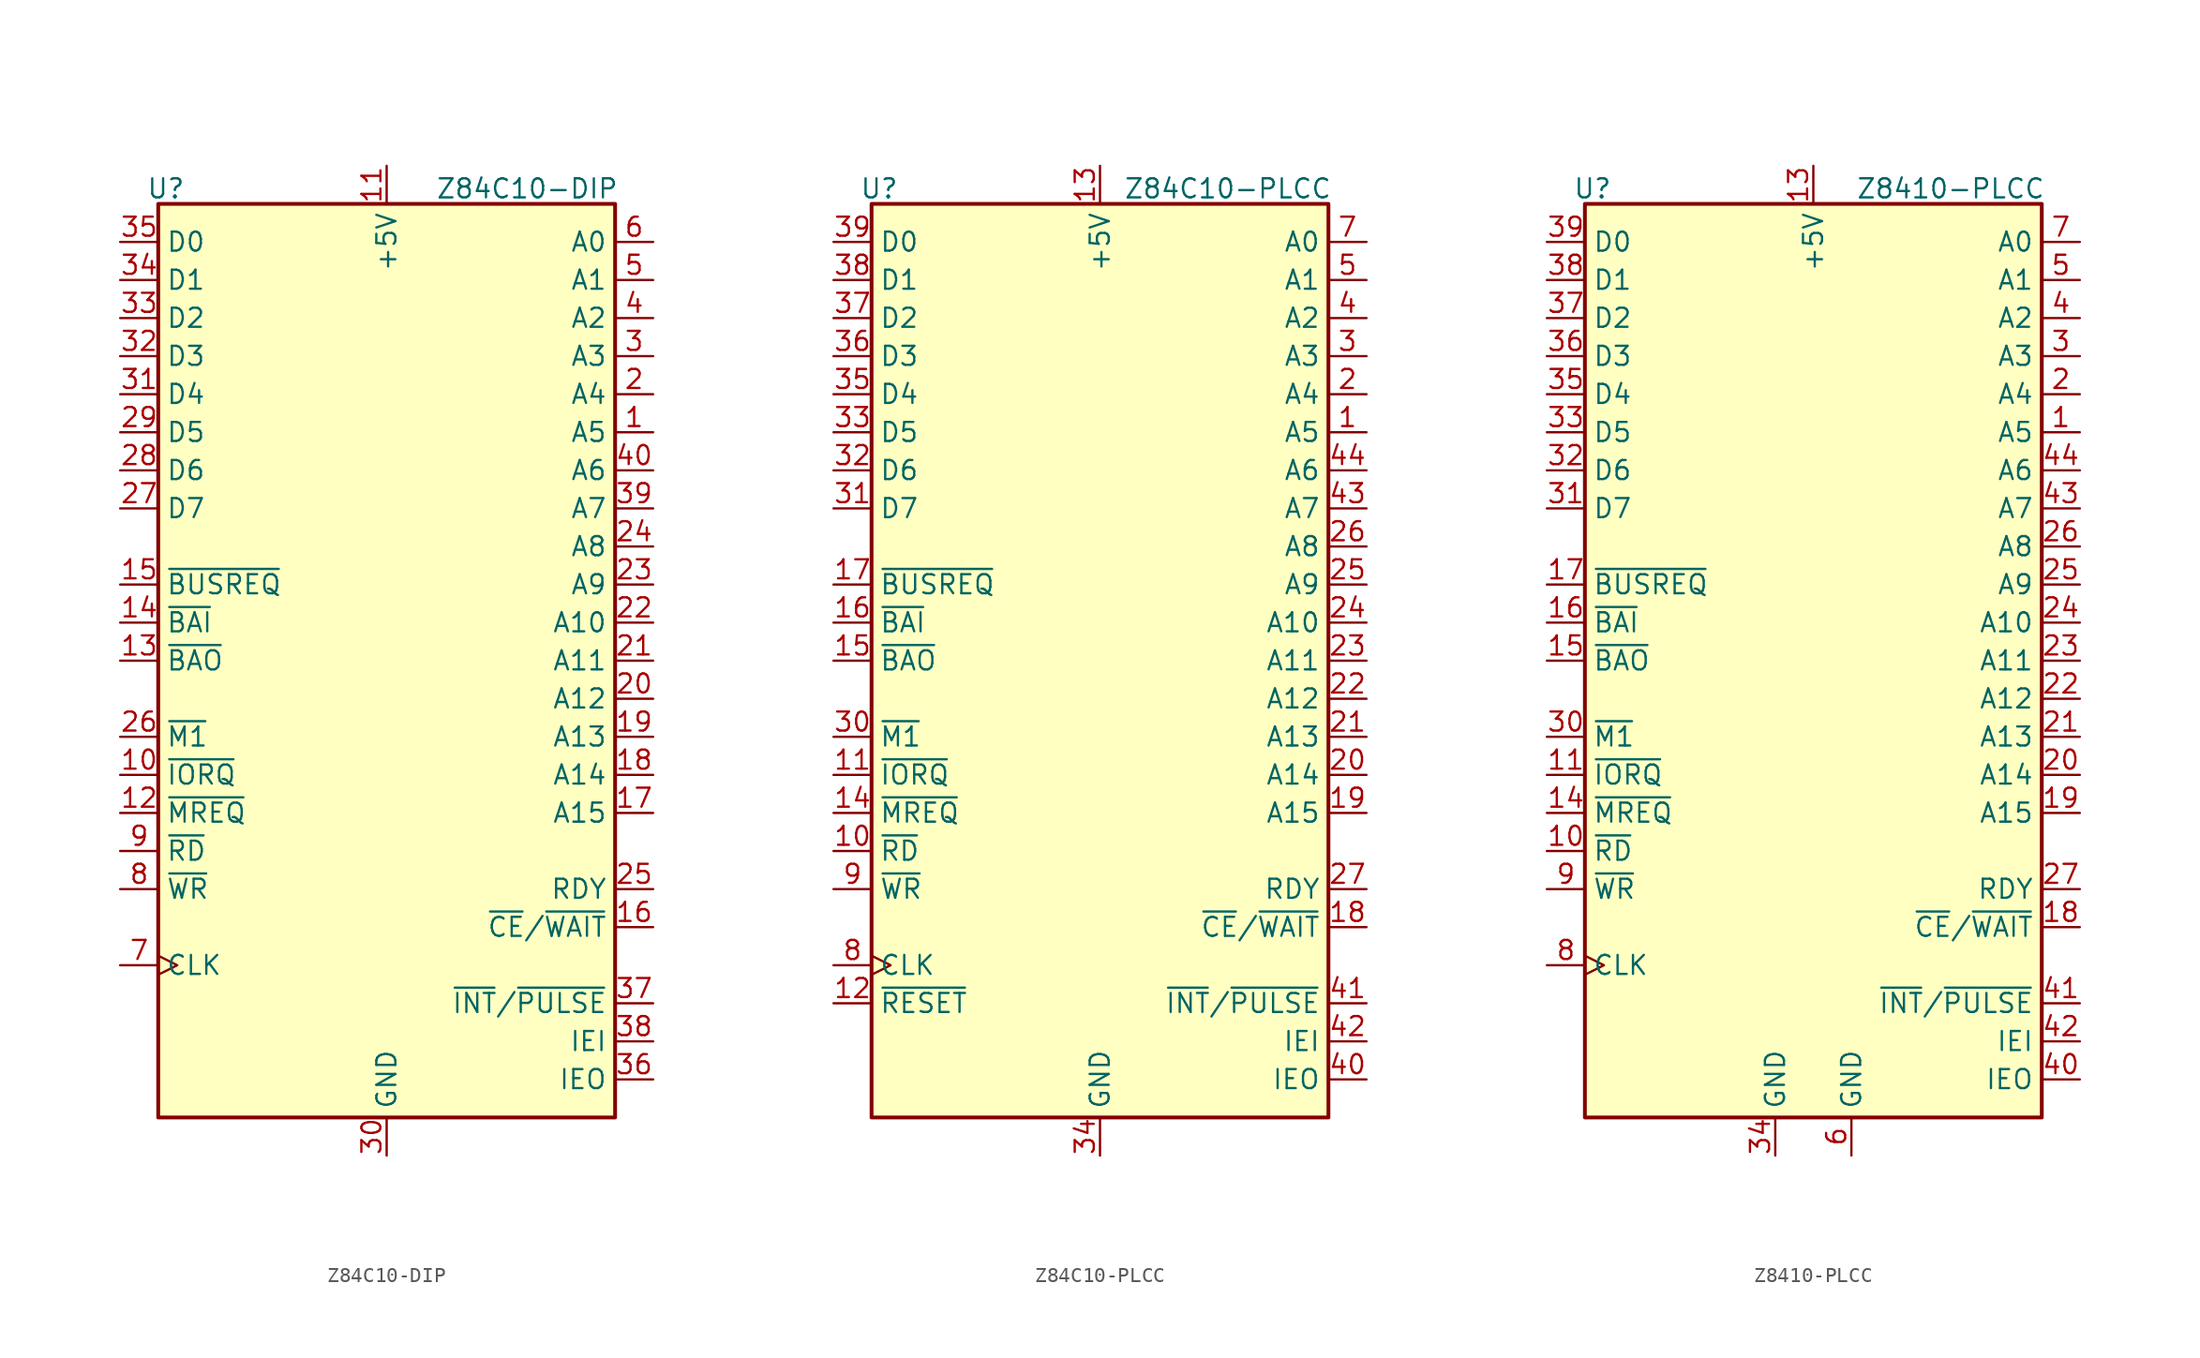
<source format=kicad_sym>
(kicad_symbol_lib
  (version 20231120)
  (generator "kicad_symbol_editor")
  (generator_version "8.0")
  (symbol "Z84C10-DIP"
    (property "Reference" "U"
      (at -14.732 31.496 0)
      (effects (font (size 1.27 1.27))))
    (property "Value" "Z84C10-DIP"
      (at 15.494 31.496 0)
      (effects (font (size 1.27 1.27)) (justify right)))
    (symbol "Z84C10-DIP_1_1"
      (rectangle (start -15.24 30.48) (end 15.24 -30.48) (stroke (width 0.254) (type default)) (fill (type background)))
      (pin output line (at 17.78 15.24 180) (length 2.54) (name "A5" (effects (font (size 1.27 1.27)))) (number "1" (effects (font (size 1.27 1.27)))))
      (pin bidirectional line (at -17.78 -7.62 0) (length 2.54) (name "~{IORQ}" (effects (font (size 1.27 1.27)))) (number "10" (effects (font (size 1.27 1.27)))))
      (pin power_in line (at 0 33.02 270) (length 2.54) (name "+5V" (effects (font (size 1.27 1.27)))) (number "11" (effects (font (size 1.27 1.27)))))
      (pin output line (at -17.78 -10.16 0) (length 2.54) (name "~{MREQ}" (effects (font (size 1.27 1.27)))) (number "12" (effects (font (size 1.27 1.27)))))
      (pin output line (at -17.78 0 0) (length 2.54) (name "~{BAO}" (effects (font (size 1.27 1.27)))) (number "13" (effects (font (size 1.27 1.27)))))
      (pin input line (at -17.78 2.54 0) (length 2.54) (name "~{BAI}" (effects (font (size 1.27 1.27)))) (number "14" (effects (font (size 1.27 1.27)))))
      (pin bidirectional line (at -17.78 5.08 0) (length 2.54) (name "~{BUSREQ}" (effects (font (size 1.27 1.27)))) (number "15" (effects (font (size 1.27 1.27)))))
      (pin input line (at 17.78 -17.78 180) (length 2.54) (name "~{CE}/~{WAIT}" (effects (font (size 1.27 1.27)))) (number "16" (effects (font (size 1.27 1.27)))))
      (pin output line (at 17.78 -10.16 180) (length 2.54) (name "A15" (effects (font (size 1.27 1.27)))) (number "17" (effects (font (size 1.27 1.27)))))
      (pin output line (at 17.78 -7.62 180) (length 2.54) (name "A14" (effects (font (size 1.27 1.27)))) (number "18" (effects (font (size 1.27 1.27)))))
      (pin output line (at 17.78 -5.08 180) (length 2.54) (name "A13" (effects (font (size 1.27 1.27)))) (number "19" (effects (font (size 1.27 1.27)))))
      (pin output line (at 17.78 17.78 180) (length 2.54) (name "A4" (effects (font (size 1.27 1.27)))) (number "2" (effects (font (size 1.27 1.27)))))
      (pin output line (at 17.78 -2.54 180) (length 2.54) (name "A12" (effects (font (size 1.27 1.27)))) (number "20" (effects (font (size 1.27 1.27)))))
      (pin output line (at 17.78 0 180) (length 2.54) (name "A11" (effects (font (size 1.27 1.27)))) (number "21" (effects (font (size 1.27 1.27)))))
      (pin output line (at 17.78 2.54 180) (length 2.54) (name "A10" (effects (font (size 1.27 1.27)))) (number "22" (effects (font (size 1.27 1.27)))))
      (pin output line (at 17.78 5.08 180) (length 2.54) (name "A9" (effects (font (size 1.27 1.27)))) (number "23" (effects (font (size 1.27 1.27)))))
      (pin output line (at 17.78 7.62 180) (length 2.54) (name "A8" (effects (font (size 1.27 1.27)))) (number "24" (effects (font (size 1.27 1.27)))))
      (pin input line (at 17.78 -15.24 180) (length 2.54) (name "RDY" (effects (font (size 1.27 1.27)))) (number "25" (effects (font (size 1.27 1.27)))))
      (pin input line (at -17.78 -5.08 0) (length 2.54) (name "~{M1}" (effects (font (size 1.27 1.27)))) (number "26" (effects (font (size 1.27 1.27)))))
      (pin bidirectional line (at -17.78 10.16 0) (length 2.54) (name "D7" (effects (font (size 1.27 1.27)))) (number "27" (effects (font (size 1.27 1.27)))))
      (pin bidirectional line (at -17.78 12.7 0) (length 2.54) (name "D6" (effects (font (size 1.27 1.27)))) (number "28" (effects (font (size 1.27 1.27)))))
      (pin bidirectional line (at -17.78 15.24 0) (length 2.54) (name "D5" (effects (font (size 1.27 1.27)))) (number "29" (effects (font (size 1.27 1.27)))))
      (pin output line (at 17.78 20.32 180) (length 2.54) (name "A3" (effects (font (size 1.27 1.27)))) (number "3" (effects (font (size 1.27 1.27)))))
      (pin power_in line (at 0 -33.02 90) (length 2.54) (name "GND" (effects (font (size 1.27 1.27)))) (number "30" (effects (font (size 1.27 1.27)))))
      (pin bidirectional line (at -17.78 17.78 0) (length 2.54) (name "D4" (effects (font (size 1.27 1.27)))) (number "31" (effects (font (size 1.27 1.27)))))
      (pin bidirectional line (at -17.78 20.32 0) (length 2.54) (name "D3" (effects (font (size 1.27 1.27)))) (number "32" (effects (font (size 1.27 1.27)))))
      (pin bidirectional line (at -17.78 22.86 0) (length 2.54) (name "D2" (effects (font (size 1.27 1.27)))) (number "33" (effects (font (size 1.27 1.27)))))
      (pin bidirectional line (at -17.78 25.4 0) (length 2.54) (name "D1" (effects (font (size 1.27 1.27)))) (number "34" (effects (font (size 1.27 1.27)))))
      (pin bidirectional line (at -17.78 27.94 0) (length 2.54) (name "D0" (effects (font (size 1.27 1.27)))) (number "35" (effects (font (size 1.27 1.27)))))
      (pin output line (at 17.78 -27.94 180) (length 2.54) (name "IEO" (effects (font (size 1.27 1.27)))) (number "36" (effects (font (size 1.27 1.27)))))
      (pin output line (at 17.78 -22.86 180) (length 2.54) (name "~{INT}/~{PULSE}" (effects (font (size 1.27 1.27)))) (number "37" (effects (font (size 1.27 1.27)))))
      (pin input line (at 17.78 -25.4 180) (length 2.54) (name "IEI" (effects (font (size 1.27 1.27)))) (number "38" (effects (font (size 1.27 1.27)))))
      (pin output line (at 17.78 10.16 180) (length 2.54) (name "A7" (effects (font (size 1.27 1.27)))) (number "39" (effects (font (size 1.27 1.27)))))
      (pin output line (at 17.78 22.86 180) (length 2.54) (name "A2" (effects (font (size 1.27 1.27)))) (number "4" (effects (font (size 1.27 1.27)))))
      (pin output line (at 17.78 12.7 180) (length 2.54) (name "A6" (effects (font (size 1.27 1.27)))) (number "40" (effects (font (size 1.27 1.27)))))
      (pin output line (at 17.78 25.4 180) (length 2.54) (name "A1" (effects (font (size 1.27 1.27)))) (number "5" (effects (font (size 1.27 1.27)))))
      (pin output line (at 17.78 27.94 180) (length 2.54) (name "A0" (effects (font (size 1.27 1.27)))) (number "6" (effects (font (size 1.27 1.27)))))
      (pin input clock (at -17.78 -20.32 0) (length 2.54) (name "CLK" (effects (font (size 1.27 1.27)))) (number "7" (effects (font (size 1.27 1.27)))))
      (pin bidirectional line (at -17.78 -15.24 0) (length 2.54) (name "~{WR}" (effects (font (size 1.27 1.27)))) (number "8" (effects (font (size 1.27 1.27)))))
      (pin bidirectional line (at -17.78 -12.7 0) (length 2.54) (name "~{RD}" (effects (font (size 1.27 1.27)))) (number "9" (effects (font (size 1.27 1.27)))))))
  (symbol "Z84C10-PLCC"
    (property "Reference" "U"
      (at -14.732 31.496 0)
      (effects (font (size 1.27 1.27))))
    (property "Value" "Z84C10-PLCC"
      (at 15.494 31.496 0)
      (effects (font (size 1.27 1.27)) (justify right)))
    (symbol "Z84C10-PLCC_1_1"
      (rectangle (start -15.24 30.48) (end 15.24 -30.48) (stroke (width 0.254) (type default)) (fill (type background)))
      (pin output line (at 17.78 15.24 180) (length 2.54) (name "A5" (effects (font (size 1.27 1.27)))) (number "1" (effects (font (size 1.27 1.27)))))
      (pin bidirectional line (at -17.78 -12.7 0) (length 2.54) (name "~{RD}" (effects (font (size 1.27 1.27)))) (number "10" (effects (font (size 1.27 1.27)))))
      (pin bidirectional line (at -17.78 -7.62 0) (length 2.54) (name "~{IORQ}" (effects (font (size 1.27 1.27)))) (number "11" (effects (font (size 1.27 1.27)))))
      (pin input line (at -17.78 -22.86 0) (length 2.54) (name "~{RESET}" (effects (font (size 1.27 1.27)))) (number "12" (effects (font (size 1.27 1.27)))))
      (pin power_in line (at 0 33.02 270) (length 2.54) (name "+5V" (effects (font (size 1.27 1.27)))) (number "13" (effects (font (size 1.27 1.27)))))
      (pin output line (at -17.78 -10.16 0) (length 2.54) (name "~{MREQ}" (effects (font (size 1.27 1.27)))) (number "14" (effects (font (size 1.27 1.27)))))
      (pin output line (at -17.78 0 0) (length 2.54) (name "~{BAO}" (effects (font (size 1.27 1.27)))) (number "15" (effects (font (size 1.27 1.27)))))
      (pin input line (at -17.78 2.54 0) (length 2.54) (name "~{BAI}" (effects (font (size 1.27 1.27)))) (number "16" (effects (font (size 1.27 1.27)))))
      (pin bidirectional line (at -17.78 5.08 0) (length 2.54) (name "~{BUSREQ}" (effects (font (size 1.27 1.27)))) (number "17" (effects (font (size 1.27 1.27)))))
      (pin input line (at 17.78 -17.78 180) (length 2.54) (name "~{CE}/~{WAIT}" (effects (font (size 1.27 1.27)))) (number "18" (effects (font (size 1.27 1.27)))))
      (pin output line (at 17.78 -10.16 180) (length 2.54) (name "A15" (effects (font (size 1.27 1.27)))) (number "19" (effects (font (size 1.27 1.27)))))
      (pin output line (at 17.78 17.78 180) (length 2.54) (name "A4" (effects (font (size 1.27 1.27)))) (number "2" (effects (font (size 1.27 1.27)))))
      (pin output line (at 17.78 -7.62 180) (length 2.54) (name "A14" (effects (font (size 1.27 1.27)))) (number "20" (effects (font (size 1.27 1.27)))))
      (pin output line (at 17.78 -5.08 180) (length 2.54) (name "A13" (effects (font (size 1.27 1.27)))) (number "21" (effects (font (size 1.27 1.27)))))
      (pin output line (at 17.78 -2.54 180) (length 2.54) (name "A12" (effects (font (size 1.27 1.27)))) (number "22" (effects (font (size 1.27 1.27)))))
      (pin output line (at 17.78 0 180) (length 2.54) (name "A11" (effects (font (size 1.27 1.27)))) (number "23" (effects (font (size 1.27 1.27)))))
      (pin output line (at 17.78 2.54 180) (length 2.54) (name "A10" (effects (font (size 1.27 1.27)))) (number "24" (effects (font (size 1.27 1.27)))))
      (pin output line (at 17.78 5.08 180) (length 2.54) (name "A9" (effects (font (size 1.27 1.27)))) (number "25" (effects (font (size 1.27 1.27)))))
      (pin output line (at 17.78 7.62 180) (length 2.54) (name "A8" (effects (font (size 1.27 1.27)))) (number "26" (effects (font (size 1.27 1.27)))))
      (pin input line (at 17.78 -15.24 180) (length 2.54) (name "RDY" (effects (font (size 1.27 1.27)))) (number "27" (effects (font (size 1.27 1.27)))))
      (pin no_connect line (at -10.16 -33.02 90) (length 2.54) hide (name "NC" (effects (font (size 1.27 1.27)))) (number "28" (effects (font (size 1.27 1.27)))))
      (pin no_connect line (at -12.7 -33.02 90) (length 2.54) hide (name "NC" (effects (font (size 1.27 1.27)))) (number "29" (effects (font (size 1.27 1.27)))))
      (pin output line (at 17.78 20.32 180) (length 2.54) (name "A3" (effects (font (size 1.27 1.27)))) (number "3" (effects (font (size 1.27 1.27)))))
      (pin input line (at -17.78 -5.08 0) (length 2.54) (name "~{M1}" (effects (font (size 1.27 1.27)))) (number "30" (effects (font (size 1.27 1.27)))))
      (pin bidirectional line (at -17.78 10.16 0) (length 2.54) (name "D7" (effects (font (size 1.27 1.27)))) (number "31" (effects (font (size 1.27 1.27)))))
      (pin bidirectional line (at -17.78 12.7 0) (length 2.54) (name "D6" (effects (font (size 1.27 1.27)))) (number "32" (effects (font (size 1.27 1.27)))))
      (pin bidirectional line (at -17.78 15.24 0) (length 2.54) (name "D5" (effects (font (size 1.27 1.27)))) (number "33" (effects (font (size 1.27 1.27)))))
      (pin power_in line (at 0 -33.02 90) (length 2.54) (name "GND" (effects (font (size 1.27 1.27)))) (number "34" (effects (font (size 1.27 1.27)))))
      (pin bidirectional line (at -17.78 17.78 0) (length 2.54) (name "D4" (effects (font (size 1.27 1.27)))) (number "35" (effects (font (size 1.27 1.27)))))
      (pin bidirectional line (at -17.78 20.32 0) (length 2.54) (name "D3" (effects (font (size 1.27 1.27)))) (number "36" (effects (font (size 1.27 1.27)))))
      (pin bidirectional line (at -17.78 22.86 0) (length 2.54) (name "D2" (effects (font (size 1.27 1.27)))) (number "37" (effects (font (size 1.27 1.27)))))
      (pin bidirectional line (at -17.78 25.4 0) (length 2.54) (name "D1" (effects (font (size 1.27 1.27)))) (number "38" (effects (font (size 1.27 1.27)))))
      (pin bidirectional line (at -17.78 27.94 0) (length 2.54) (name "D0" (effects (font (size 1.27 1.27)))) (number "39" (effects (font (size 1.27 1.27)))))
      (pin output line (at 17.78 22.86 180) (length 2.54) (name "A2" (effects (font (size 1.27 1.27)))) (number "4" (effects (font (size 1.27 1.27)))))
      (pin output line (at 17.78 -27.94 180) (length 2.54) (name "IEO" (effects (font (size 1.27 1.27)))) (number "40" (effects (font (size 1.27 1.27)))))
      (pin output line (at 17.78 -22.86 180) (length 2.54) (name "~{INT}/~{PULSE}" (effects (font (size 1.27 1.27)))) (number "41" (effects (font (size 1.27 1.27)))))
      (pin input line (at 17.78 -25.4 180) (length 2.54) (name "IEI" (effects (font (size 1.27 1.27)))) (number "42" (effects (font (size 1.27 1.27)))))
      (pin output line (at 17.78 10.16 180) (length 2.54) (name "A7" (effects (font (size 1.27 1.27)))) (number "43" (effects (font (size 1.27 1.27)))))
      (pin output line (at 17.78 12.7 180) (length 2.54) (name "A6" (effects (font (size 1.27 1.27)))) (number "44" (effects (font (size 1.27 1.27)))))
      (pin output line (at 17.78 25.4 180) (length 2.54) (name "A1" (effects (font (size 1.27 1.27)))) (number "5" (effects (font (size 1.27 1.27)))))
      (pin no_connect line (at -7.62 -33.02 90) (length 2.54) hide (name "NC" (effects (font (size 1.27 1.27)))) (number "6" (effects (font (size 1.27 1.27)))))
      (pin output line (at 17.78 27.94 180) (length 2.54) (name "A0" (effects (font (size 1.27 1.27)))) (number "7" (effects (font (size 1.27 1.27)))))
      (pin input clock (at -17.78 -20.32 0) (length 2.54) (name "CLK" (effects (font (size 1.27 1.27)))) (number "8" (effects (font (size 1.27 1.27)))))
      (pin bidirectional line (at -17.78 -15.24 0) (length 2.54) (name "~{WR}" (effects (font (size 1.27 1.27)))) (number "9" (effects (font (size 1.27 1.27)))))))
  (symbol "Z8410-PLCC"
    (property "Reference" "U"
      (at -14.732 31.496 0)
      (effects (font (size 1.27 1.27))))
    (property "Value" "Z8410-PLCC"
      (at 15.494 31.496 0)
      (effects (font (size 1.27 1.27)) (justify right)))
    (symbol "Z8410-PLCC_1_1"
      (rectangle (start -15.24 30.48) (end 15.24 -30.48) (stroke (width 0.254) (type default)) (fill (type background)))
      (pin output line (at 17.78 15.24 180) (length 2.54) (name "A5" (effects (font (size 1.27 1.27)))) (number "1" (effects (font (size 1.27 1.27)))))
      (pin bidirectional line (at -17.78 -12.7 0) (length 2.54) (name "~{RD}" (effects (font (size 1.27 1.27)))) (number "10" (effects (font (size 1.27 1.27)))))
      (pin bidirectional line (at -17.78 -7.62 0) (length 2.54) (name "~{IORQ}" (effects (font (size 1.27 1.27)))) (number "11" (effects (font (size 1.27 1.27)))))
      (pin no_connect line (at -7.62 -33.02 90) (length 2.54) hide (name "NC" (effects (font (size 1.27 1.27)))) (number "12" (effects (font (size 1.27 1.27)))))
      (pin power_in line (at 0 33.02 270) (length 2.54) (name "+5V" (effects (font (size 1.27 1.27)))) (number "13" (effects (font (size 1.27 1.27)))))
      (pin output line (at -17.78 -10.16 0) (length 2.54) (name "~{MREQ}" (effects (font (size 1.27 1.27)))) (number "14" (effects (font (size 1.27 1.27)))))
      (pin output line (at -17.78 0 0) (length 2.54) (name "~{BAO}" (effects (font (size 1.27 1.27)))) (number "15" (effects (font (size 1.27 1.27)))))
      (pin input line (at -17.78 2.54 0) (length 2.54) (name "~{BAI}" (effects (font (size 1.27 1.27)))) (number "16" (effects (font (size 1.27 1.27)))))
      (pin bidirectional line (at -17.78 5.08 0) (length 2.54) (name "~{BUSREQ}" (effects (font (size 1.27 1.27)))) (number "17" (effects (font (size 1.27 1.27)))))
      (pin input line (at 17.78 -17.78 180) (length 2.54) (name "~{CE}/~{WAIT}" (effects (font (size 1.27 1.27)))) (number "18" (effects (font (size 1.27 1.27)))))
      (pin output line (at 17.78 -10.16 180) (length 2.54) (name "A15" (effects (font (size 1.27 1.27)))) (number "19" (effects (font (size 1.27 1.27)))))
      (pin output line (at 17.78 17.78 180) (length 2.54) (name "A4" (effects (font (size 1.27 1.27)))) (number "2" (effects (font (size 1.27 1.27)))))
      (pin output line (at 17.78 -7.62 180) (length 2.54) (name "A14" (effects (font (size 1.27 1.27)))) (number "20" (effects (font (size 1.27 1.27)))))
      (pin output line (at 17.78 -5.08 180) (length 2.54) (name "A13" (effects (font (size 1.27 1.27)))) (number "21" (effects (font (size 1.27 1.27)))))
      (pin output line (at 17.78 -2.54 180) (length 2.54) (name "A12" (effects (font (size 1.27 1.27)))) (number "22" (effects (font (size 1.27 1.27)))))
      (pin output line (at 17.78 0 180) (length 2.54) (name "A11" (effects (font (size 1.27 1.27)))) (number "23" (effects (font (size 1.27 1.27)))))
      (pin output line (at 17.78 2.54 180) (length 2.54) (name "A10" (effects (font (size 1.27 1.27)))) (number "24" (effects (font (size 1.27 1.27)))))
      (pin output line (at 17.78 5.08 180) (length 2.54) (name "A9" (effects (font (size 1.27 1.27)))) (number "25" (effects (font (size 1.27 1.27)))))
      (pin output line (at 17.78 7.62 180) (length 2.54) (name "A8" (effects (font (size 1.27 1.27)))) (number "26" (effects (font (size 1.27 1.27)))))
      (pin input line (at 17.78 -15.24 180) (length 2.54) (name "RDY" (effects (font (size 1.27 1.27)))) (number "27" (effects (font (size 1.27 1.27)))))
      (pin no_connect line (at -10.16 -33.02 90) (length 2.54) hide (name "NC" (effects (font (size 1.27 1.27)))) (number "28" (effects (font (size 1.27 1.27)))))
      (pin no_connect line (at -12.7 -33.02 90) (length 2.54) hide (name "NC" (effects (font (size 1.27 1.27)))) (number "29" (effects (font (size 1.27 1.27)))))
      (pin output line (at 17.78 20.32 180) (length 2.54) (name "A3" (effects (font (size 1.27 1.27)))) (number "3" (effects (font (size 1.27 1.27)))))
      (pin input line (at -17.78 -5.08 0) (length 2.54) (name "~{M1}" (effects (font (size 1.27 1.27)))) (number "30" (effects (font (size 1.27 1.27)))))
      (pin bidirectional line (at -17.78 10.16 0) (length 2.54) (name "D7" (effects (font (size 1.27 1.27)))) (number "31" (effects (font (size 1.27 1.27)))))
      (pin bidirectional line (at -17.78 12.7 0) (length 2.54) (name "D6" (effects (font (size 1.27 1.27)))) (number "32" (effects (font (size 1.27 1.27)))))
      (pin bidirectional line (at -17.78 15.24 0) (length 2.54) (name "D5" (effects (font (size 1.27 1.27)))) (number "33" (effects (font (size 1.27 1.27)))))
      (pin power_in line (at -2.54 -33.02 90) (length 2.54) (name "GND" (effects (font (size 1.27 1.27)))) (number "34" (effects (font (size 1.27 1.27)))))
      (pin bidirectional line (at -17.78 17.78 0) (length 2.54) (name "D4" (effects (font (size 1.27 1.27)))) (number "35" (effects (font (size 1.27 1.27)))))
      (pin bidirectional line (at -17.78 20.32 0) (length 2.54) (name "D3" (effects (font (size 1.27 1.27)))) (number "36" (effects (font (size 1.27 1.27)))))
      (pin bidirectional line (at -17.78 22.86 0) (length 2.54) (name "D2" (effects (font (size 1.27 1.27)))) (number "37" (effects (font (size 1.27 1.27)))))
      (pin bidirectional line (at -17.78 25.4 0) (length 2.54) (name "D1" (effects (font (size 1.27 1.27)))) (number "38" (effects (font (size 1.27 1.27)))))
      (pin bidirectional line (at -17.78 27.94 0) (length 2.54) (name "D0" (effects (font (size 1.27 1.27)))) (number "39" (effects (font (size 1.27 1.27)))))
      (pin output line (at 17.78 22.86 180) (length 2.54) (name "A2" (effects (font (size 1.27 1.27)))) (number "4" (effects (font (size 1.27 1.27)))))
      (pin output line (at 17.78 -27.94 180) (length 2.54) (name "IEO" (effects (font (size 1.27 1.27)))) (number "40" (effects (font (size 1.27 1.27)))))
      (pin output line (at 17.78 -22.86 180) (length 2.54) (name "~{INT}/~{PULSE}" (effects (font (size 1.27 1.27)))) (number "41" (effects (font (size 1.27 1.27)))))
      (pin input line (at 17.78 -25.4 180) (length 2.54) (name "IEI" (effects (font (size 1.27 1.27)))) (number "42" (effects (font (size 1.27 1.27)))))
      (pin output line (at 17.78 10.16 180) (length 2.54) (name "A7" (effects (font (size 1.27 1.27)))) (number "43" (effects (font (size 1.27 1.27)))))
      (pin output line (at 17.78 12.7 180) (length 2.54) (name "A6" (effects (font (size 1.27 1.27)))) (number "44" (effects (font (size 1.27 1.27)))))
      (pin output line (at 17.78 25.4 180) (length 2.54) (name "A1" (effects (font (size 1.27 1.27)))) (number "5" (effects (font (size 1.27 1.27)))))
      (pin power_in line (at 2.54 -33.02 90) (length 2.54) (name "GND" (effects (font (size 1.27 1.27)))) (number "6" (effects (font (size 1.27 1.27)))))
      (pin output line (at 17.78 27.94 180) (length 2.54) (name "A0" (effects (font (size 1.27 1.27)))) (number "7" (effects (font (size 1.27 1.27)))))
      (pin input clock (at -17.78 -20.32 0) (length 2.54) (name "CLK" (effects (font (size 1.27 1.27)))) (number "8" (effects (font (size 1.27 1.27)))))
      (pin bidirectional line (at -17.78 -15.24 0) (length 2.54) (name "~{WR}" (effects (font (size 1.27 1.27)))) (number "9" (effects (font (size 1.27 1.27))))))))
</source>
